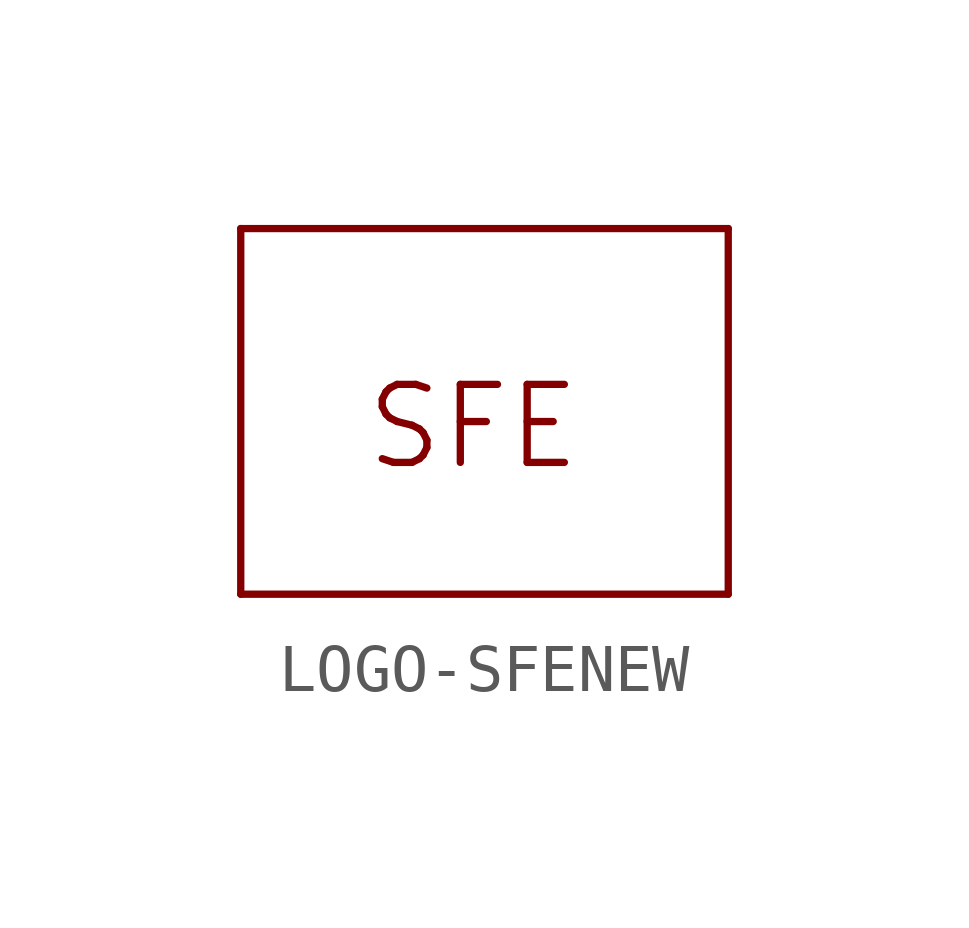
<source format=kicad_sym>
(kicad_symbol_lib
  (version 20211014)
  (generator kicad_symbol_editor)
  (symbol "LOGO-SFENEW"
    (pin_names
      (offset 1.016))
    (property "Reference" "LOGO"
      (at 0 0 0)
      (effects (font (size 1.27 1.27)) hide))
    (property "ki_locked" ""
      (at 0 0 0)
      (effects (font (size 1.27 1.27))))
    (symbol "LOGO-SFENEW_1_0"
      (polyline (pts (xy -2.54 -2.54) (xy 7.62 -2.54)) (stroke (width 0) (type default) (color 0 0 0 0)) (fill (type none)))
      (polyline (pts (xy -2.54 5.08) (xy -2.54 -2.54)) (stroke (width 0) (type default) (color 0 0 0 0)) (fill (type none)))
      (polyline (pts (xy 7.62 -2.54) (xy 7.62 5.08)) (stroke (width 0) (type default) (color 0 0 0 0)) (fill (type none)))
      (polyline (pts (xy 7.62 5.08) (xy -2.54 5.08)) (stroke (width 0) (type default) (color 0 0 0 0)) (fill (type none)))
      (text "SFE" (at 0 0 0) (effects (font (size 1.626 1.626)) (justify left bottom))))))
</source>
